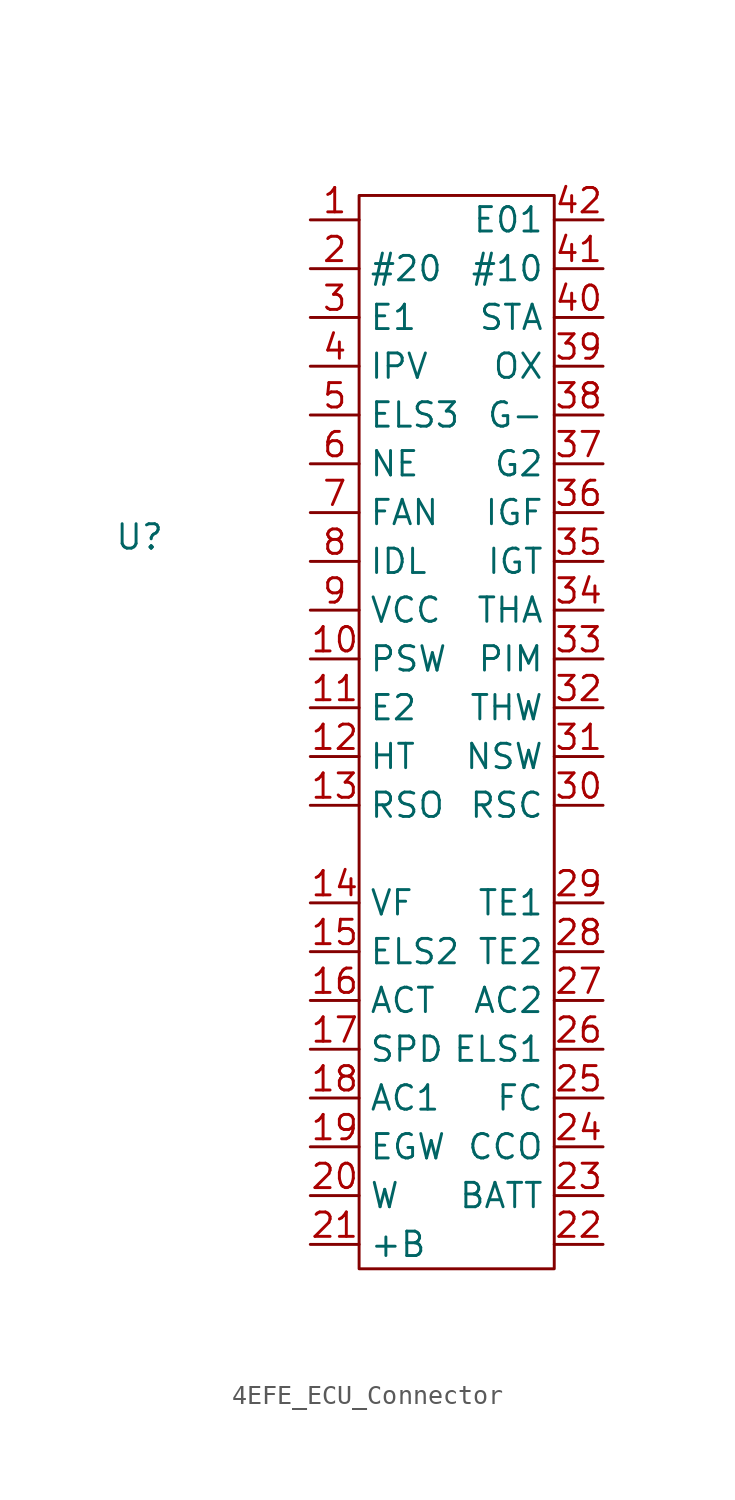
<source format=kicad_sym>
(kicad_symbol_lib
  (version 20220914)
  (generator kicad_symbol_editor)
  (symbol "4EFE_ECU_Connector"
    (property "Reference" "U"
      (at 0 0 0)
      (effects (font (size 1.27 1.27))))
    (property "Value" ""
      (at 0 0 0)
      (effects (font (size 1.27 1.27))))
    (symbol "4EFE_ECU_Connector_0_1"
      (rectangle (start 11.43 17.78) (end 21.59 -38.1) (stroke (width 0) (type default)) (fill (type none))))
    (symbol "4EFE_ECU_Connector_1_1"
      (pin unspecified line (at 8.89 16.51 0) (length 2.54) (name "~" (effects (font (size 1.27 1.27)))) (number "1" (effects (font (size 1.27 1.27)))))
      (pin input line (at 8.89 -6.35 0) (length 2.54) (name "PSW" (effects (font (size 1.27 1.27)))) (number "10" (effects (font (size 1.27 1.27)))))
      (pin power_in line (at 8.89 -8.89 0) (length 2.54) (name "E2" (effects (font (size 1.27 1.27)))) (number "11" (effects (font (size 1.27 1.27)))))
      (pin power_in line (at 8.89 -11.43 0) (length 2.54) (name "HT" (effects (font (size 1.27 1.27)))) (number "12" (effects (font (size 1.27 1.27)))))
      (pin power_in line (at 8.89 -13.97 0) (length 2.54) (name "RSO" (effects (font (size 1.27 1.27)))) (number "13" (effects (font (size 1.27 1.27)))))
      (pin bidirectional line (at 8.89 -19.05 0) (length 2.54) (name "VF" (effects (font (size 1.27 1.27)))) (number "14" (effects (font (size 1.27 1.27)))))
      (pin output line (at 8.89 -21.59 0) (length 2.54) (name "ELS2" (effects (font (size 1.27 1.27)))) (number "15" (effects (font (size 1.27 1.27)))))
      (pin output line (at 8.89 -24.13 0) (length 2.54) (name "ACT" (effects (font (size 1.27 1.27)))) (number "16" (effects (font (size 1.27 1.27)))))
      (pin output line (at 8.89 -26.67 0) (length 2.54) (name "SPD" (effects (font (size 1.27 1.27)))) (number "17" (effects (font (size 1.27 1.27)))))
      (pin output line (at 8.89 -29.21 0) (length 2.54) (name "AC1" (effects (font (size 1.27 1.27)))) (number "18" (effects (font (size 1.27 1.27)))))
      (pin output line (at 8.89 -31.75 0) (length 2.54) (name "EGW" (effects (font (size 1.27 1.27)))) (number "19" (effects (font (size 1.27 1.27)))))
      (pin output line (at 8.89 13.97 0) (length 2.54) (name "#20" (effects (font (size 1.27 1.27)))) (number "2" (effects (font (size 1.27 1.27)))))
      (pin output line (at 8.89 -34.29 0) (length 2.54) (name "W" (effects (font (size 1.27 1.27)))) (number "20" (effects (font (size 1.27 1.27)))))
      (pin input line (at 8.89 -36.83 0) (length 2.54) (name "+B" (effects (font (size 1.27 1.27)))) (number "21" (effects (font (size 1.27 1.27)))))
      (pin unspecified line (at 24.13 -36.83 180) (length 2.54) (name "" (effects (font (size 1.27 1.27)))) (number "22" (effects (font (size 1.27 1.27)))))
      (pin input line (at 24.13 -34.29 180) (length 2.54) (name "BATT" (effects (font (size 1.27 1.27)))) (number "23" (effects (font (size 1.27 1.27)))))
      (pin bidirectional line (at 24.13 -31.75 180) (length 2.54) (name "CCO" (effects (font (size 1.27 1.27)))) (number "24" (effects (font (size 1.27 1.27)))))
      (pin output line (at 24.13 -29.21 180) (length 2.54) (name "FC" (effects (font (size 1.27 1.27)))) (number "25" (effects (font (size 1.27 1.27)))))
      (pin output line (at 24.13 -26.67 180) (length 2.54) (name "ELS1" (effects (font (size 1.27 1.27)))) (number "26" (effects (font (size 1.27 1.27)))))
      (pin power_out line (at 24.13 -24.13 180) (length 2.54) (name "AC2" (effects (font (size 1.27 1.27)))) (number "27" (effects (font (size 1.27 1.27)))))
      (pin bidirectional line (at 24.13 -21.59 180) (length 2.54) (name "TE2" (effects (font (size 1.27 1.27)))) (number "28" (effects (font (size 1.27 1.27)))))
      (pin bidirectional line (at 24.13 -19.05 180) (length 2.54) (name "TE1" (effects (font (size 1.27 1.27)))) (number "29" (effects (font (size 1.27 1.27)))))
      (pin power_in line (at 8.89 11.43 0) (length 2.54) (name "E1" (effects (font (size 1.27 1.27)))) (number "3" (effects (font (size 1.27 1.27)))))
      (pin unspecified line (at 24.13 -13.97 180) (length 2.54) (name "RSC" (effects (font (size 1.27 1.27)))) (number "30" (effects (font (size 1.27 1.27)))))
      (pin input line (at 24.13 -11.43 180) (length 2.54) (name "NSW" (effects (font (size 1.27 1.27)))) (number "31" (effects (font (size 1.27 1.27)))))
      (pin input line (at 24.13 -8.89 180) (length 2.54) (name "THW" (effects (font (size 1.27 1.27)))) (number "32" (effects (font (size 1.27 1.27)))))
      (pin input line (at 24.13 -6.35 180) (length 2.54) (name "PIM" (effects (font (size 1.27 1.27)))) (number "33" (effects (font (size 1.27 1.27)))))
      (pin input line (at 24.13 -3.81 180) (length 2.54) (name "THA" (effects (font (size 1.27 1.27)))) (number "34" (effects (font (size 1.27 1.27)))))
      (pin input line (at 24.13 -1.27 180) (length 2.54) (name "IGT" (effects (font (size 1.27 1.27)))) (number "35" (effects (font (size 1.27 1.27)))))
      (pin input line (at 24.13 1.27 180) (length 2.54) (name "IGF" (effects (font (size 1.27 1.27)))) (number "36" (effects (font (size 1.27 1.27)))))
      (pin output line (at 24.13 3.81 180) (length 2.54) (name "G2" (effects (font (size 1.27 1.27)))) (number "37" (effects (font (size 1.27 1.27)))))
      (pin input line (at 24.13 6.35 180) (length 2.54) (name "G-" (effects (font (size 1.27 1.27)))) (number "38" (effects (font (size 1.27 1.27)))))
      (pin input line (at 24.13 8.89 180) (length 2.54) (name "OX" (effects (font (size 1.27 1.27)))) (number "39" (effects (font (size 1.27 1.27)))))
      (pin output line (at 8.89 8.89 0) (length 2.54) (name "IPV" (effects (font (size 1.27 1.27)))) (number "4" (effects (font (size 1.27 1.27)))))
      (pin input line (at 24.13 11.43 180) (length 2.54) (name "STA" (effects (font (size 1.27 1.27)))) (number "40" (effects (font (size 1.27 1.27)))))
      (pin output line (at 24.13 13.97 180) (length 2.54) (name "#10" (effects (font (size 1.27 1.27)))) (number "41" (effects (font (size 1.27 1.27)))))
      (pin power_in line (at 24.13 16.51 180) (length 2.54) (name "E01" (effects (font (size 1.27 1.27)))) (number "42" (effects (font (size 1.27 1.27)))))
      (pin unspecified line (at 8.89 6.35 0) (length 2.54) (name "ELS3" (effects (font (size 1.27 1.27)))) (number "5" (effects (font (size 1.27 1.27)))))
      (pin unspecified line (at 8.89 3.81 0) (length 2.54) (name "NE" (effects (font (size 1.27 1.27)))) (number "6" (effects (font (size 1.27 1.27)))))
      (pin output line (at 8.89 1.27 0) (length 2.54) (name "FAN" (effects (font (size 1.27 1.27)))) (number "7" (effects (font (size 1.27 1.27)))))
      (pin output line (at 8.89 -1.27 0) (length 2.54) (name "IDL" (effects (font (size 1.27 1.27)))) (number "8" (effects (font (size 1.27 1.27)))))
      (pin power_out line (at 8.89 -3.81 0) (length 2.54) (name "VCC" (effects (font (size 1.27 1.27)))) (number "9" (effects (font (size 1.27 1.27))))))))
</source>
